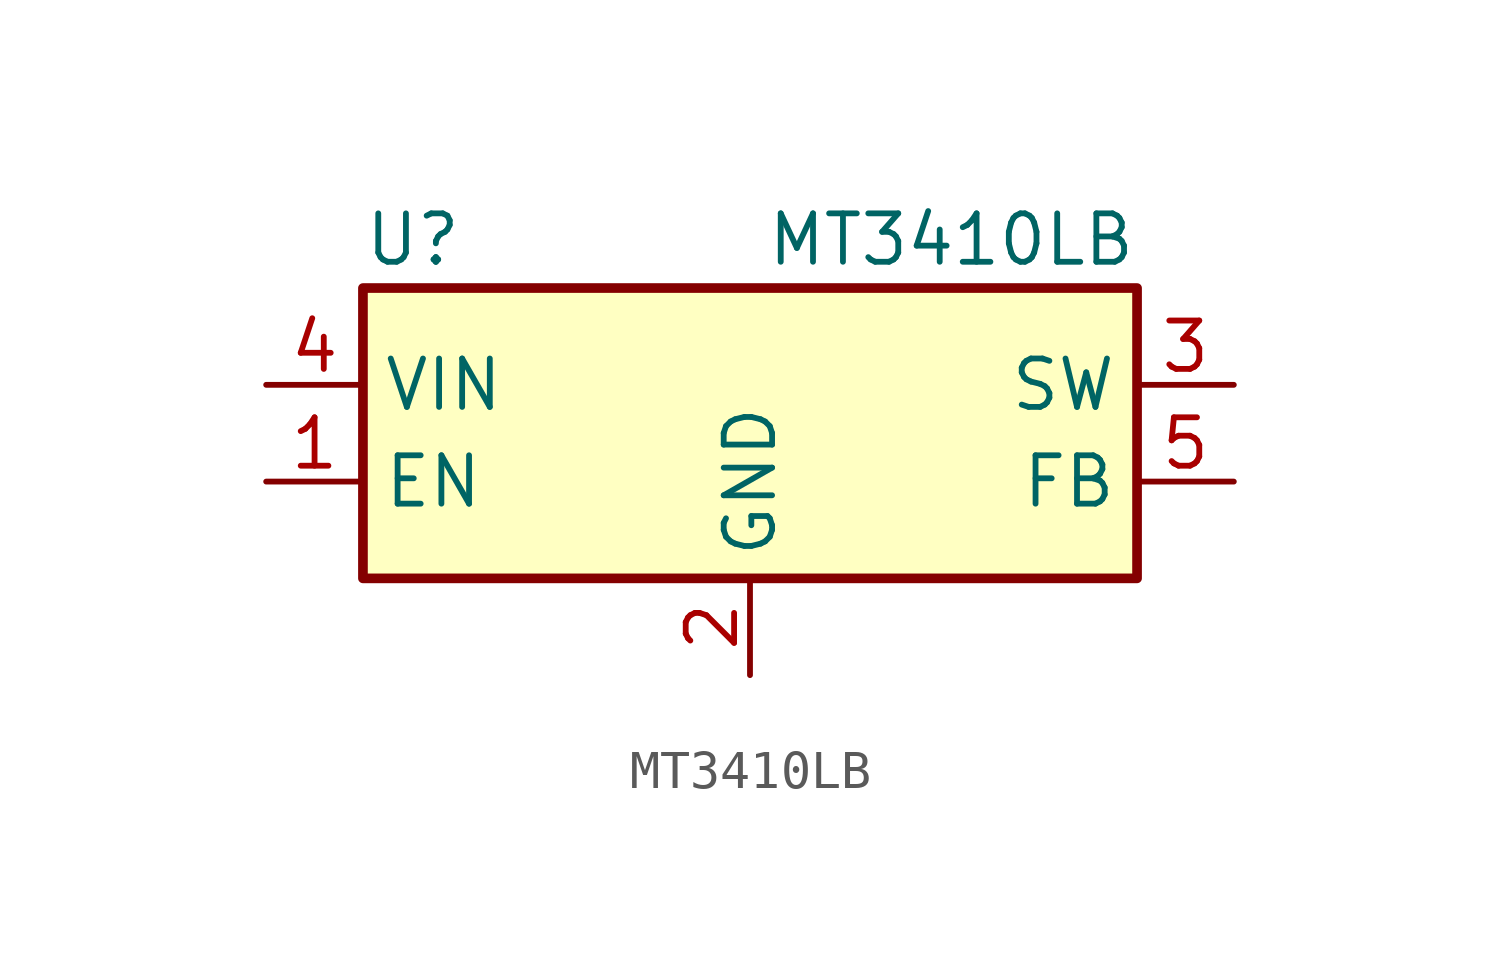
<source format=kicad_sym>
(kicad_symbol_lib
  (version 20211014)
  (generator kicad_symbol_editor)
  (symbol "MT3410LB"
    (property "Reference" "U"
      (at -10.16 5.08 0)
      (effects (font (size 1.27 1.27)) (justify left)))
    (property "Value" "MT3410LB"
      (at 10.16 5.08 0)
      (effects (font (size 1.27 1.27)) (justify right)))
    (symbol "MT3410LB_0_1"
      (rectangle (start -10.16 3.81) (end 10.16 -3.81) (stroke (width 0.254) (type default) (color 0 0 0 0)) (fill (type background))))
    (symbol "MT3410LB_1_1"
      (pin input line (at -12.7 -1.27 0) (length 2.54) (name "EN" (effects (font (size 1.27 1.27)))) (number "1" (effects (font (size 1.27 1.27)))))
      (pin power_in line (at 0 -6.35 90) (length 2.54) (name "GND" (effects (font (size 1.27 1.27)))) (number "2" (effects (font (size 1.27 1.27)))))
      (pin power_out line (at 12.7 1.27 180) (length 2.54) (name "SW" (effects (font (size 1.27 1.27)))) (number "3" (effects (font (size 1.27 1.27)))))
      (pin power_in line (at -12.7 1.27 0) (length 2.54) (name "VIN" (effects (font (size 1.27 1.27)))) (number "4" (effects (font (size 1.27 1.27)))))
      (pin input line (at 12.7 -1.27 180) (length 2.54) (name "FB" (effects (font (size 1.27 1.27)))) (number "5" (effects (font (size 1.27 1.27))))))))
</source>
